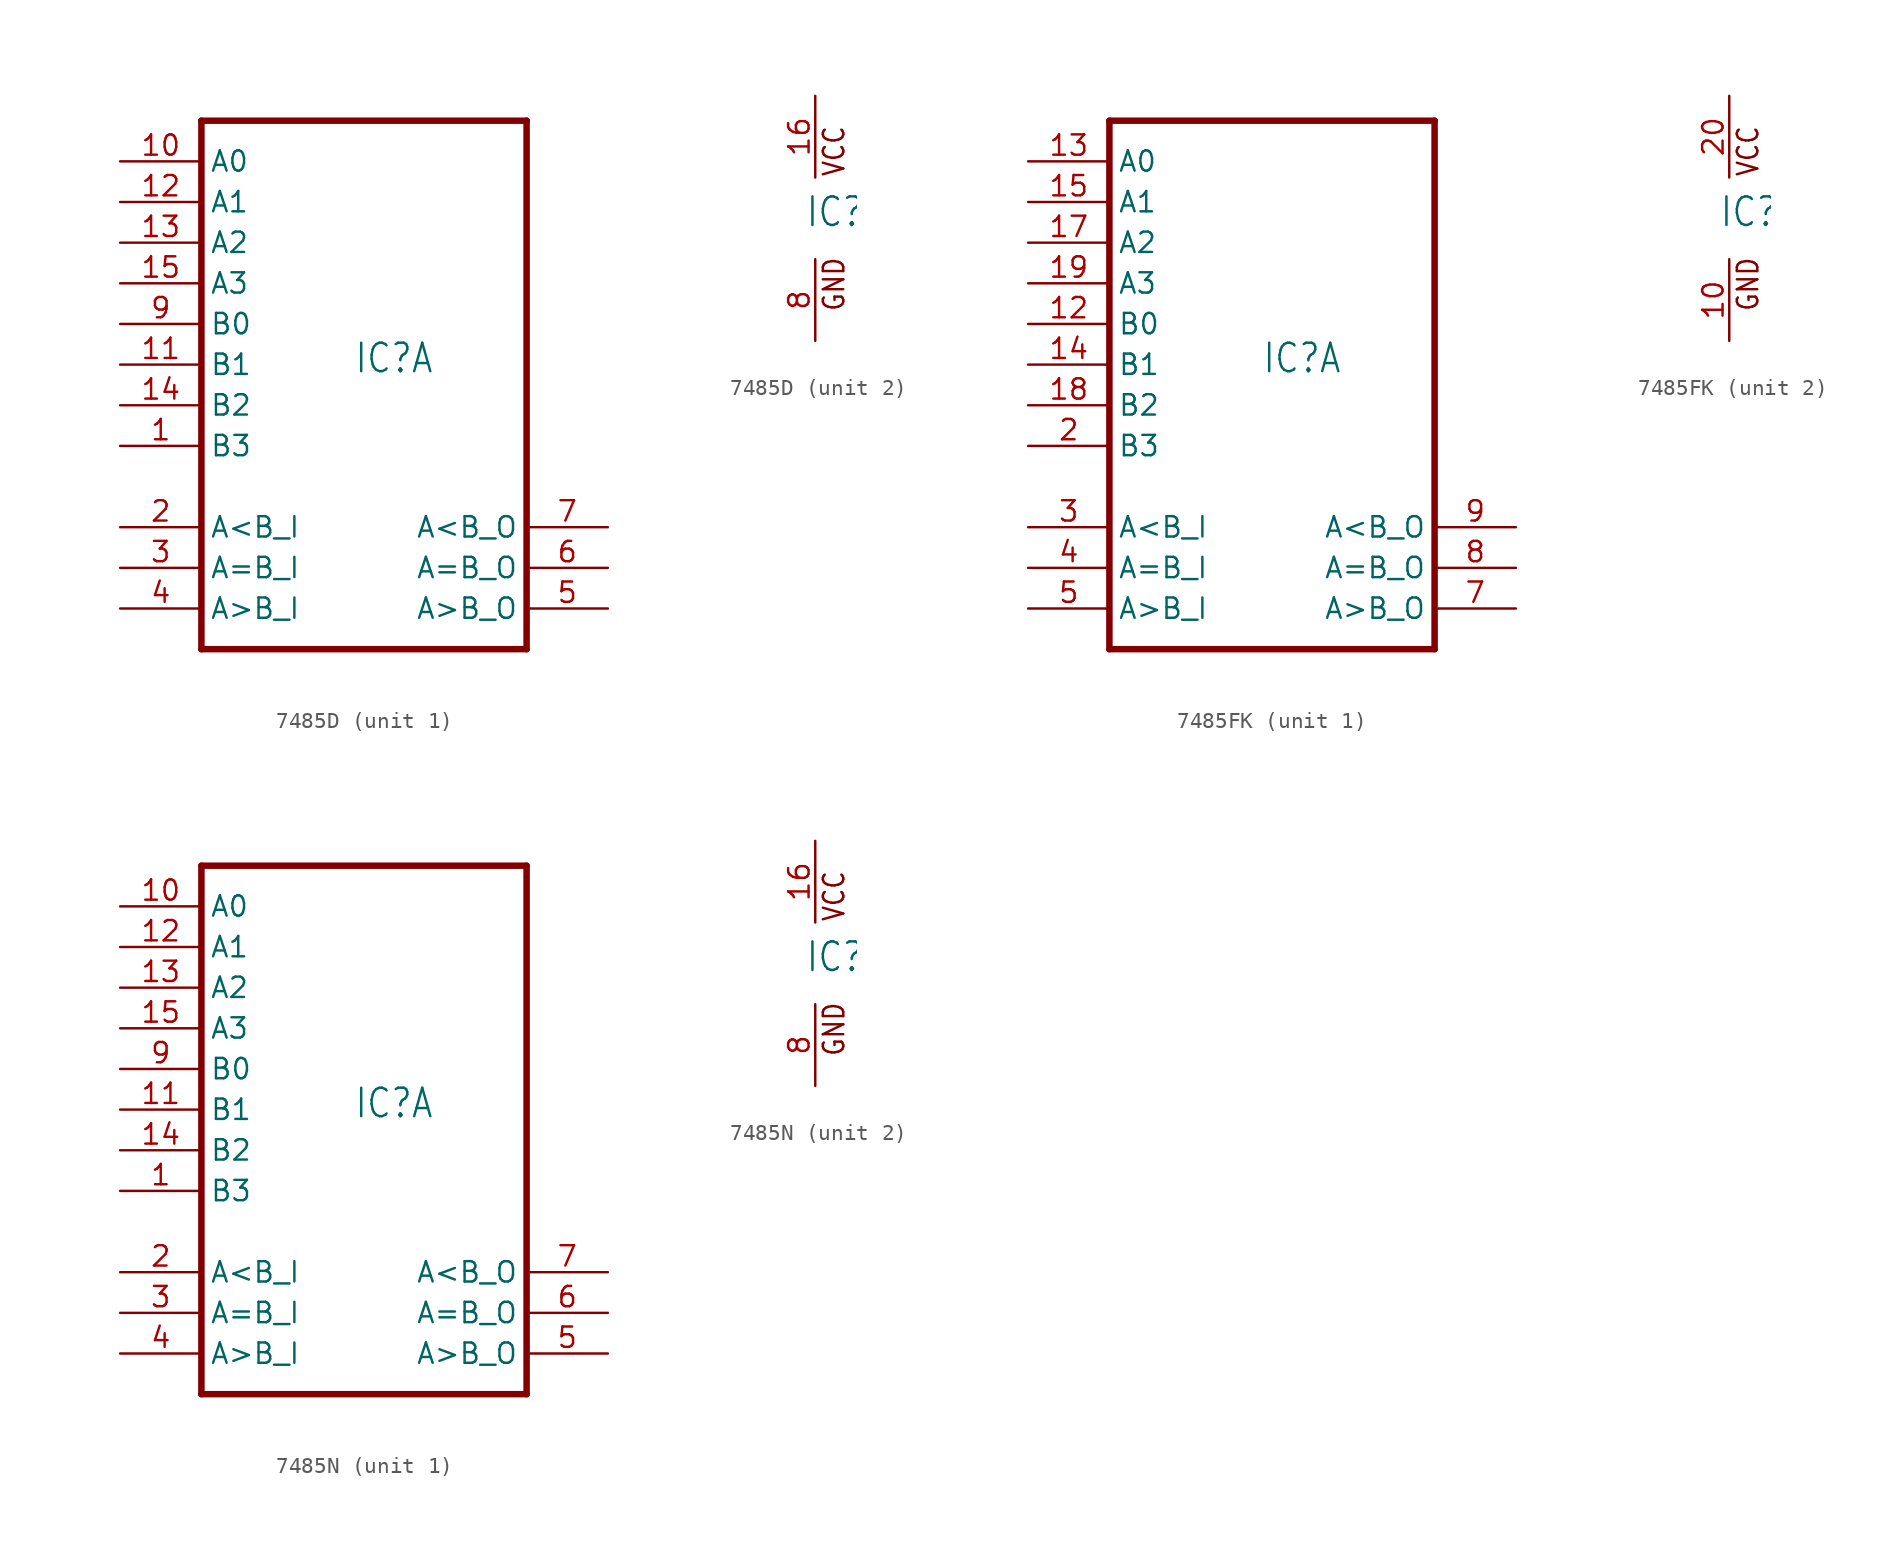
<source format=kicad_sym>
(kicad_symbol_lib
  (version 20211014)
  (generator kicad_symbol_editor)
  (symbol "7485D"
    (property "Reference" "IC"
      (at -0.635 -0.635 0)
      (effects (font (size 1.778 1.511)) (justify left bottom)))
    (property "ki_locked" ""
      (at 0 0 0)
      (effects (font (size 1.27 1.27))))
    (symbol "7485D_1_0"
      (polyline (pts (xy -10.16 -17.78) (xy 10.16 -17.78)) (stroke (width 0.406) (type default) (color 0 0 0 0)) (fill (type none)))
      (polyline (pts (xy -10.16 15.24) (xy -10.16 -17.78)) (stroke (width 0.406) (type default) (color 0 0 0 0)) (fill (type none)))
      (polyline (pts (xy 10.16 -17.78) (xy 10.16 15.24)) (stroke (width 0.406) (type default) (color 0 0 0 0)) (fill (type none)))
      (polyline (pts (xy 10.16 15.24) (xy -10.16 15.24)) (stroke (width 0.406) (type default) (color 0 0 0 0)) (fill (type none)))
      (pin input line (at -15.24 -5.08 0) (length 5.08) (name "B3" (effects (font (size 1.27 1.27)))) (number "1" (effects (font (size 1.27 1.27)))))
      (pin input line (at -15.24 12.7 0) (length 5.08) (name "A0" (effects (font (size 1.27 1.27)))) (number "10" (effects (font (size 1.27 1.27)))))
      (pin input line (at -15.24 0 0) (length 5.08) (name "B1" (effects (font (size 1.27 1.27)))) (number "11" (effects (font (size 1.27 1.27)))))
      (pin input line (at -15.24 10.16 0) (length 5.08) (name "A1" (effects (font (size 1.27 1.27)))) (number "12" (effects (font (size 1.27 1.27)))))
      (pin input line (at -15.24 7.62 0) (length 5.08) (name "A2" (effects (font (size 1.27 1.27)))) (number "13" (effects (font (size 1.27 1.27)))))
      (pin input line (at -15.24 -2.54 0) (length 5.08) (name "B2" (effects (font (size 1.27 1.27)))) (number "14" (effects (font (size 1.27 1.27)))))
      (pin input line (at -15.24 5.08 0) (length 5.08) (name "A3" (effects (font (size 1.27 1.27)))) (number "15" (effects (font (size 1.27 1.27)))))
      (pin input line (at -15.24 -10.16 0) (length 5.08) (name "A<B_I" (effects (font (size 1.27 1.27)))) (number "2" (effects (font (size 1.27 1.27)))))
      (pin input line (at -15.24 -12.7 0) (length 5.08) (name "A=B_I" (effects (font (size 1.27 1.27)))) (number "3" (effects (font (size 1.27 1.27)))))
      (pin input line (at -15.24 -15.24 0) (length 5.08) (name "A>B_I" (effects (font (size 1.27 1.27)))) (number "4" (effects (font (size 1.27 1.27)))))
      (pin output line (at 15.24 -15.24 180) (length 5.08) (name "A>B_O" (effects (font (size 1.27 1.27)))) (number "5" (effects (font (size 1.27 1.27)))))
      (pin output line (at 15.24 -12.7 180) (length 5.08) (name "A=B_O" (effects (font (size 1.27 1.27)))) (number "6" (effects (font (size 1.27 1.27)))))
      (pin output line (at 15.24 -10.16 180) (length 5.08) (name "A<B_O" (effects (font (size 1.27 1.27)))) (number "7" (effects (font (size 1.27 1.27)))))
      (pin input line (at -15.24 2.54 0) (length 5.08) (name "B0" (effects (font (size 1.27 1.27)))) (number "9" (effects (font (size 1.27 1.27))))))
    (symbol "7485D_2_0"
      (text "GND" (at 1.905 -5.842 900) (effects (font (size 1.27 1.079)) (justify left bottom)))
      (text "VCC" (at 1.905 2.54 900) (effects (font (size 1.27 1.079)) (justify left bottom)))
      (pin power_in line (at 0 7.62 270) (length 5.08) (name "VCC" (effects (font (size 0 0)))) (number "16" (effects (font (size 1.27 1.27)))))
      (pin power_in line (at 0 -7.62 90) (length 5.08) (name "GND" (effects (font (size 0 0)))) (number "8" (effects (font (size 1.27 1.27)))))))
  (symbol "7485FK"
    (property "Reference" "IC"
      (at -0.635 -0.635 0)
      (effects (font (size 1.778 1.511)) (justify left bottom)))
    (property "ki_locked" ""
      (at 0 0 0)
      (effects (font (size 1.27 1.27))))
    (symbol "7485FK_1_0"
      (polyline (pts (xy -10.16 -17.78) (xy 10.16 -17.78)) (stroke (width 0.406) (type default) (color 0 0 0 0)) (fill (type none)))
      (polyline (pts (xy -10.16 15.24) (xy -10.16 -17.78)) (stroke (width 0.406) (type default) (color 0 0 0 0)) (fill (type none)))
      (polyline (pts (xy 10.16 -17.78) (xy 10.16 15.24)) (stroke (width 0.406) (type default) (color 0 0 0 0)) (fill (type none)))
      (polyline (pts (xy 10.16 15.24) (xy -10.16 15.24)) (stroke (width 0.406) (type default) (color 0 0 0 0)) (fill (type none)))
      (pin input line (at -15.24 2.54 0) (length 5.08) (name "B0" (effects (font (size 1.27 1.27)))) (number "12" (effects (font (size 1.27 1.27)))))
      (pin input line (at -15.24 12.7 0) (length 5.08) (name "A0" (effects (font (size 1.27 1.27)))) (number "13" (effects (font (size 1.27 1.27)))))
      (pin input line (at -15.24 0 0) (length 5.08) (name "B1" (effects (font (size 1.27 1.27)))) (number "14" (effects (font (size 1.27 1.27)))))
      (pin input line (at -15.24 10.16 0) (length 5.08) (name "A1" (effects (font (size 1.27 1.27)))) (number "15" (effects (font (size 1.27 1.27)))))
      (pin input line (at -15.24 7.62 0) (length 5.08) (name "A2" (effects (font (size 1.27 1.27)))) (number "17" (effects (font (size 1.27 1.27)))))
      (pin input line (at -15.24 -2.54 0) (length 5.08) (name "B2" (effects (font (size 1.27 1.27)))) (number "18" (effects (font (size 1.27 1.27)))))
      (pin input line (at -15.24 5.08 0) (length 5.08) (name "A3" (effects (font (size 1.27 1.27)))) (number "19" (effects (font (size 1.27 1.27)))))
      (pin input line (at -15.24 -5.08 0) (length 5.08) (name "B3" (effects (font (size 1.27 1.27)))) (number "2" (effects (font (size 1.27 1.27)))))
      (pin input line (at -15.24 -10.16 0) (length 5.08) (name "A<B_I" (effects (font (size 1.27 1.27)))) (number "3" (effects (font (size 1.27 1.27)))))
      (pin input line (at -15.24 -12.7 0) (length 5.08) (name "A=B_I" (effects (font (size 1.27 1.27)))) (number "4" (effects (font (size 1.27 1.27)))))
      (pin input line (at -15.24 -15.24 0) (length 5.08) (name "A>B_I" (effects (font (size 1.27 1.27)))) (number "5" (effects (font (size 1.27 1.27)))))
      (pin output line (at 15.24 -15.24 180) (length 5.08) (name "A>B_O" (effects (font (size 1.27 1.27)))) (number "7" (effects (font (size 1.27 1.27)))))
      (pin output line (at 15.24 -12.7 180) (length 5.08) (name "A=B_O" (effects (font (size 1.27 1.27)))) (number "8" (effects (font (size 1.27 1.27)))))
      (pin output line (at 15.24 -10.16 180) (length 5.08) (name "A<B_O" (effects (font (size 1.27 1.27)))) (number "9" (effects (font (size 1.27 1.27))))))
    (symbol "7485FK_2_0"
      (text "GND" (at 1.905 -5.842 900) (effects (font (size 1.27 1.079)) (justify left bottom)))
      (text "VCC" (at 1.905 2.54 900) (effects (font (size 1.27 1.079)) (justify left bottom)))
      (pin power_in line (at 0 -7.62 90) (length 5.08) (name "GND" (effects (font (size 0 0)))) (number "10" (effects (font (size 1.27 1.27)))))
      (pin power_in line (at 0 7.62 270) (length 5.08) (name "VCC" (effects (font (size 0 0)))) (number "20" (effects (font (size 1.27 1.27)))))))
  (symbol "7485N"
    (property "Reference" "IC"
      (at -0.635 -0.635 0)
      (effects (font (size 1.778 1.511)) (justify left bottom)))
    (property "ki_locked" ""
      (at 0 0 0)
      (effects (font (size 1.27 1.27))))
    (symbol "7485N_1_0"
      (polyline (pts (xy -10.16 -17.78) (xy 10.16 -17.78)) (stroke (width 0.406) (type default) (color 0 0 0 0)) (fill (type none)))
      (polyline (pts (xy -10.16 15.24) (xy -10.16 -17.78)) (stroke (width 0.406) (type default) (color 0 0 0 0)) (fill (type none)))
      (polyline (pts (xy 10.16 -17.78) (xy 10.16 15.24)) (stroke (width 0.406) (type default) (color 0 0 0 0)) (fill (type none)))
      (polyline (pts (xy 10.16 15.24) (xy -10.16 15.24)) (stroke (width 0.406) (type default) (color 0 0 0 0)) (fill (type none)))
      (pin input line (at -15.24 -5.08 0) (length 5.08) (name "B3" (effects (font (size 1.27 1.27)))) (number "1" (effects (font (size 1.27 1.27)))))
      (pin input line (at -15.24 12.7 0) (length 5.08) (name "A0" (effects (font (size 1.27 1.27)))) (number "10" (effects (font (size 1.27 1.27)))))
      (pin input line (at -15.24 0 0) (length 5.08) (name "B1" (effects (font (size 1.27 1.27)))) (number "11" (effects (font (size 1.27 1.27)))))
      (pin input line (at -15.24 10.16 0) (length 5.08) (name "A1" (effects (font (size 1.27 1.27)))) (number "12" (effects (font (size 1.27 1.27)))))
      (pin input line (at -15.24 7.62 0) (length 5.08) (name "A2" (effects (font (size 1.27 1.27)))) (number "13" (effects (font (size 1.27 1.27)))))
      (pin input line (at -15.24 -2.54 0) (length 5.08) (name "B2" (effects (font (size 1.27 1.27)))) (number "14" (effects (font (size 1.27 1.27)))))
      (pin input line (at -15.24 5.08 0) (length 5.08) (name "A3" (effects (font (size 1.27 1.27)))) (number "15" (effects (font (size 1.27 1.27)))))
      (pin input line (at -15.24 -10.16 0) (length 5.08) (name "A<B_I" (effects (font (size 1.27 1.27)))) (number "2" (effects (font (size 1.27 1.27)))))
      (pin input line (at -15.24 -12.7 0) (length 5.08) (name "A=B_I" (effects (font (size 1.27 1.27)))) (number "3" (effects (font (size 1.27 1.27)))))
      (pin input line (at -15.24 -15.24 0) (length 5.08) (name "A>B_I" (effects (font (size 1.27 1.27)))) (number "4" (effects (font (size 1.27 1.27)))))
      (pin output line (at 15.24 -15.24 180) (length 5.08) (name "A>B_O" (effects (font (size 1.27 1.27)))) (number "5" (effects (font (size 1.27 1.27)))))
      (pin output line (at 15.24 -12.7 180) (length 5.08) (name "A=B_O" (effects (font (size 1.27 1.27)))) (number "6" (effects (font (size 1.27 1.27)))))
      (pin output line (at 15.24 -10.16 180) (length 5.08) (name "A<B_O" (effects (font (size 1.27 1.27)))) (number "7" (effects (font (size 1.27 1.27)))))
      (pin input line (at -15.24 2.54 0) (length 5.08) (name "B0" (effects (font (size 1.27 1.27)))) (number "9" (effects (font (size 1.27 1.27))))))
    (symbol "7485N_2_0"
      (text "GND" (at 1.905 -5.842 900) (effects (font (size 1.27 1.079)) (justify left bottom)))
      (text "VCC" (at 1.905 2.54 900) (effects (font (size 1.27 1.079)) (justify left bottom)))
      (pin power_in line (at 0 7.62 270) (length 5.08) (name "VCC" (effects (font (size 0 0)))) (number "16" (effects (font (size 1.27 1.27)))))
      (pin power_in line (at 0 -7.62 90) (length 5.08) (name "GND" (effects (font (size 0 0)))) (number "8" (effects (font (size 1.27 1.27))))))))
</source>
